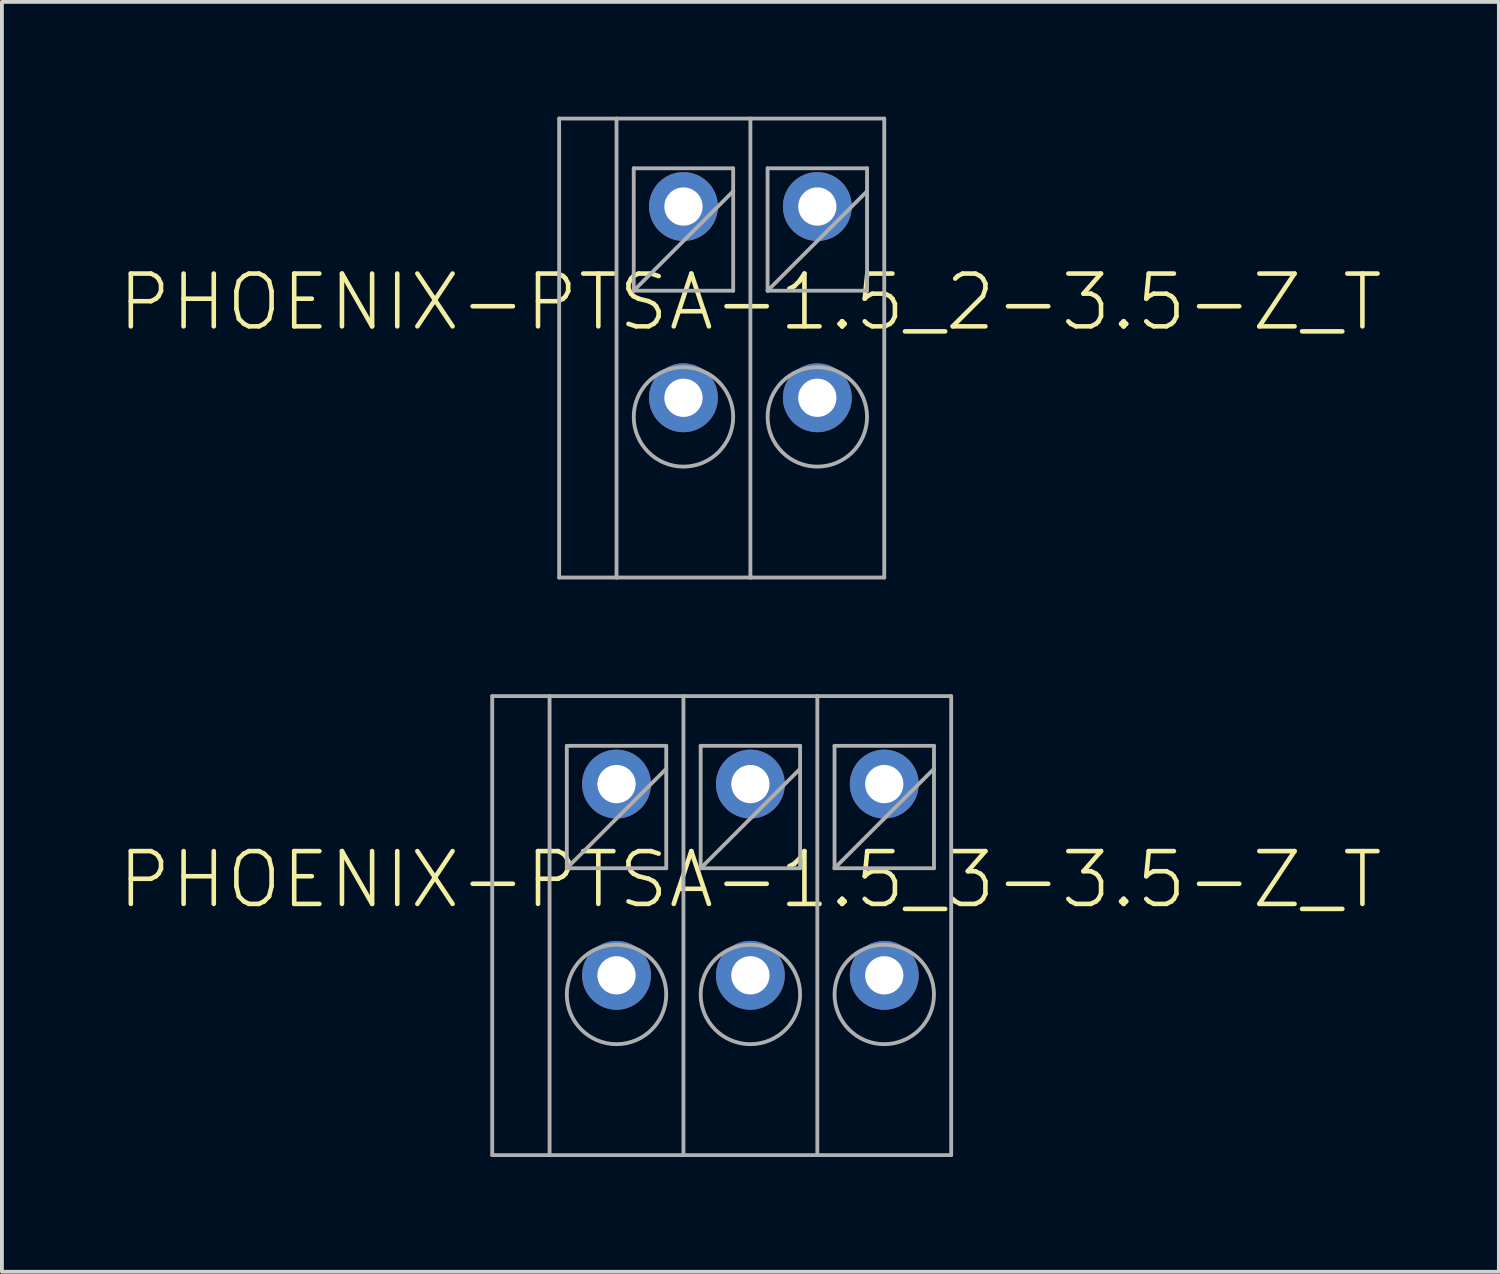
<source format=kicad_pcb>
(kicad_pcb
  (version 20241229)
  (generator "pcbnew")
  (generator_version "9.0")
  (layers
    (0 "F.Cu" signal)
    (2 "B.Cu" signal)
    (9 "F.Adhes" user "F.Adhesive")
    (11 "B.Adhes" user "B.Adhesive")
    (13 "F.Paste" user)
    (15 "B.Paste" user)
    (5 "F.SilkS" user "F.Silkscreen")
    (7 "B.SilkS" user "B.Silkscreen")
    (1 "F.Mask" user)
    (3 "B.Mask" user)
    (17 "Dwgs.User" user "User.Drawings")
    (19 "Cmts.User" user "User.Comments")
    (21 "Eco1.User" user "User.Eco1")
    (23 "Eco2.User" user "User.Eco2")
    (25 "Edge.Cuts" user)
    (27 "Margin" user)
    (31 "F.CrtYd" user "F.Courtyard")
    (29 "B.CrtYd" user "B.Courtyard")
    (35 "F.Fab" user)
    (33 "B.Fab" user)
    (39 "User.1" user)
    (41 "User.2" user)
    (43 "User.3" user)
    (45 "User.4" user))
  (footprint "PHOENIX-PTSA-1.5_2-3.5-Z_T"
    (layer "F.Cu")
    (at 16.569 4.85)
    (property "Reference" "PHOENIX-PTSA-1.5_2-3.5-Z_T" (at 0 0 0) (unlocked yes) (layer "F.SilkS") (effects (font (size 1.38 1.38) (thickness 0.12))))
    (fp_line (start -5 -4.8) (end -5 7.2) (stroke (width 0.1) (type solid)) (layer "F.Fab"))
    (fp_line (start -5 -4.8) (end -3.5 -4.8) (stroke (width 0.1) (type solid)) (layer "F.Fab"))
    (fp_line (start -5 7.2) (end -3.5 7.2) (stroke (width 0.1) (type solid)) (layer "F.Fab"))
    (fp_line (start -3.5 -4.8) (end -3.5 7.2) (stroke (width 0.1) (type solid)) (layer "F.Fab"))
    (fp_line (start -3.5 -4.8) (end 0 -4.8) (stroke (width 0.1) (type solid)) (layer "F.Fab"))
    (fp_line (start -3.5 7.2) (end 0 7.2) (stroke (width 0.1) (type solid)) (layer "F.Fab"))
    (fp_line (start -3.05 -3.5) (end -3.05 -0.3) (stroke (width 0.1) (type solid)) (layer "F.Fab"))
    (fp_line (start -3.05 -0.3) (end -0.45 -2.9) (stroke (width 0.1) (type solid)) (layer "F.Fab"))
    (fp_line (start -3.05 -0.3) (end -0.45 -0.3) (stroke (width 0.1) (type solid)) (layer "F.Fab"))
    (fp_line (start -0.45 -3.5) (end -3.05 -3.5) (stroke (width 0.1) (type solid)) (layer "F.Fab"))
    (fp_line (start -0.45 -2.9) (end -0.45 -3.5) (stroke (width 0.1) (type solid)) (layer "F.Fab"))
    (fp_line (start -0.45 -0.3) (end -0.45 -2.9) (stroke (width 0.1) (type solid)) (layer "F.Fab"))
    (fp_line (start 0 -4.8) (end 0 7.2) (stroke (width 0.1) (type solid)) (layer "F.Fab"))
    (fp_line (start 0 -4.8) (end 3.5 -4.8) (stroke (width 0.1) (type solid)) (layer "F.Fab"))
    (fp_line (start 0 7.2) (end 3.5 7.2) (stroke (width 0.1) (type solid)) (layer "F.Fab"))
    (fp_line (start 0.45 -3.5) (end 0.45 -0.3) (stroke (width 0.1) (type solid)) (layer "F.Fab"))
    (fp_line (start 0.45 -0.3) (end 3.05 -2.9) (stroke (width 0.1) (type solid)) (layer "F.Fab"))
    (fp_line (start 0.45 -0.3) (end 3.05 -0.3) (stroke (width 0.1) (type solid)) (layer "F.Fab"))
    (fp_line (start 3.05 -3.5) (end 0.45 -3.5) (stroke (width 0.1) (type solid)) (layer "F.Fab"))
    (fp_line (start 3.05 -2.9) (end 3.05 -3.5) (stroke (width 0.1) (type solid)) (layer "F.Fab"))
    (fp_line (start 3.05 -0.3) (end 3.05 -2.9) (stroke (width 0.1) (type solid)) (layer "F.Fab"))
    (fp_line (start 3.5 -4.8) (end 3.5 7.2) (stroke (width 0.1) (type solid)) (layer "F.Fab"))
    (fp_circle (center -1.75 3) (end -0.45 3) (stroke (width 0.1) (type solid)) (fill no) (layer "F.Fab"))
    (fp_circle (center 1.75 3) (end 3.05 3) (stroke (width 0.1) (type solid)) (fill no) (layer "F.Fab"))
    (pad "1A" thru_hole circle (at -1.75 -2.5) (size 1.8 1.8) (drill 1) (layers "*.Cu" "*.Mask"))
    (pad "1B" thru_hole circle (at -1.75 2.5) (size 1.8 1.8) (drill 1) (layers "*.Cu" "*.Mask"))
    (pad "2A" thru_hole circle (at 1.75 -2.5) (size 1.8 1.8) (drill 1) (layers "*.Cu" "*.Mask"))
    (pad "2B" thru_hole circle (at 1.75 2.5) (size 1.8 1.8) (drill 1) (layers "*.Cu" "*.Mask")))
  (footprint "PHOENIX-PTSA-1.5_3-3.5-Z_T"
    (layer "F.Cu")
    (at 16.569 19.95)
    (property "Reference" "PHOENIX-PTSA-1.5_3-3.5-Z_T" (at 0 0 0) (unlocked yes) (layer "F.SilkS") (effects (font (size 1.38 1.38) (thickness 0.12))))
    (fp_line (start -6.75 -4.8) (end -6.75 7.2) (stroke (width 0.1) (type solid)) (layer "F.Fab"))
    (fp_line (start -6.75 -4.8) (end -5.25 -4.8) (stroke (width 0.1) (type solid)) (layer "F.Fab"))
    (fp_line (start -6.75 7.2) (end -5.25 7.2) (stroke (width 0.1) (type solid)) (layer "F.Fab"))
    (fp_line (start -5.25 -4.8) (end -5.25 7.2) (stroke (width 0.1) (type solid)) (layer "F.Fab"))
    (fp_line (start -5.25 -4.8) (end -1.75 -4.8) (stroke (width 0.1) (type solid)) (layer "F.Fab"))
    (fp_line (start -5.25 7.2) (end -1.75 7.2) (stroke (width 0.1) (type solid)) (layer "F.Fab"))
    (fp_line (start -4.8 -3.5) (end -4.8 -0.3) (stroke (width 0.1) (type solid)) (layer "F.Fab"))
    (fp_line (start -4.8 -0.3) (end -2.2 -2.9) (stroke (width 0.1) (type solid)) (layer "F.Fab"))
    (fp_line (start -4.8 -0.3) (end -2.2 -0.3) (stroke (width 0.1) (type solid)) (layer "F.Fab"))
    (fp_line (start -2.2 -3.5) (end -4.8 -3.5) (stroke (width 0.1) (type solid)) (layer "F.Fab"))
    (fp_line (start -2.2 -2.9) (end -2.2 -3.5) (stroke (width 0.1) (type solid)) (layer "F.Fab"))
    (fp_line (start -2.2 -0.3) (end -2.2 -2.9) (stroke (width 0.1) (type solid)) (layer "F.Fab"))
    (fp_line (start -1.75 -4.8) (end -1.75 7.2) (stroke (width 0.1) (type solid)) (layer "F.Fab"))
    (fp_line (start -1.75 -4.8) (end 1.75 -4.8) (stroke (width 0.1) (type solid)) (layer "F.Fab"))
    (fp_line (start -1.75 7.2) (end 1.75 7.2) (stroke (width 0.1) (type solid)) (layer "F.Fab"))
    (fp_line (start -1.3 -3.5) (end -1.3 -0.3) (stroke (width 0.1) (type solid)) (layer "F.Fab"))
    (fp_line (start -1.3 -0.3) (end 1.3 -2.9) (stroke (width 0.1) (type solid)) (layer "F.Fab"))
    (fp_line (start -1.3 -0.3) (end 1.3 -0.3) (stroke (width 0.1) (type solid)) (layer "F.Fab"))
    (fp_line (start 1.3 -3.5) (end -1.3 -3.5) (stroke (width 0.1) (type solid)) (layer "F.Fab"))
    (fp_line (start 1.3 -2.9) (end 1.3 -3.5) (stroke (width 0.1) (type solid)) (layer "F.Fab"))
    (fp_line (start 1.3 -0.3) (end 1.3 -2.9) (stroke (width 0.1) (type solid)) (layer "F.Fab"))
    (fp_line (start 1.75 -4.8) (end 1.75 7.2) (stroke (width 0.1) (type solid)) (layer "F.Fab"))
    (fp_line (start 1.75 -4.8) (end 5.25 -4.8) (stroke (width 0.1) (type solid)) (layer "F.Fab"))
    (fp_line (start 1.75 7.2) (end 5.25 7.2) (stroke (width 0.1) (type solid)) (layer "F.Fab"))
    (fp_line (start 2.2 -3.5) (end 2.2 -0.3) (stroke (width 0.1) (type solid)) (layer "F.Fab"))
    (fp_line (start 2.2 -0.3) (end 4.8 -2.9) (stroke (width 0.1) (type solid)) (layer "F.Fab"))
    (fp_line (start 2.2 -0.3) (end 4.8 -0.3) (stroke (width 0.1) (type solid)) (layer "F.Fab"))
    (fp_line (start 4.8 -3.5) (end 2.2 -3.5) (stroke (width 0.1) (type solid)) (layer "F.Fab"))
    (fp_line (start 4.8 -2.9) (end 4.8 -3.5) (stroke (width 0.1) (type solid)) (layer "F.Fab"))
    (fp_line (start 4.8 -0.3) (end 4.8 -2.9) (stroke (width 0.1) (type solid)) (layer "F.Fab"))
    (fp_line (start 5.25 -4.8) (end 5.25 7.2) (stroke (width 0.1) (type solid)) (layer "F.Fab"))
    (fp_circle (center -3.5 3) (end -2.2 3) (stroke (width 0.1) (type solid)) (fill no) (layer "F.Fab"))
    (fp_circle (center 0 3) (end 1.3 3) (stroke (width 0.1) (type solid)) (fill no) (layer "F.Fab"))
    (fp_circle (center 3.5 3) (end 4.8 3) (stroke (width 0.1) (type solid)) (fill no) (layer "F.Fab"))
    (pad "1A" thru_hole circle (at -3.5 -2.5) (size 1.8 1.8) (drill 1) (layers "*.Cu" "*.Mask"))
    (pad "1B" thru_hole circle (at -3.5 2.5) (size 1.8 1.8) (drill 1) (layers "*.Cu" "*.Mask"))
    (pad "2A" thru_hole circle (at 0 -2.5) (size 1.8 1.8) (drill 1) (layers "*.Cu" "*.Mask"))
    (pad "2B" thru_hole circle (at 0 2.5) (size 1.8 1.8) (drill 1) (layers "*.Cu" "*.Mask"))
    (pad "3A" thru_hole circle (at 3.5 -2.5) (size 1.8 1.8) (drill 1) (layers "*.Cu" "*.Mask"))
    (pad "3B" thru_hole circle (at 3.5 2.5) (size 1.8 1.8) (drill 1) (layers "*.Cu" "*.Mask")))
  (gr_rect
    (start -3 -3)
    (end 36.138 30.2)
    (stroke (width 0.1) (type default))
    (fill no)
    (layer "Edge.Cuts")))
</source>
